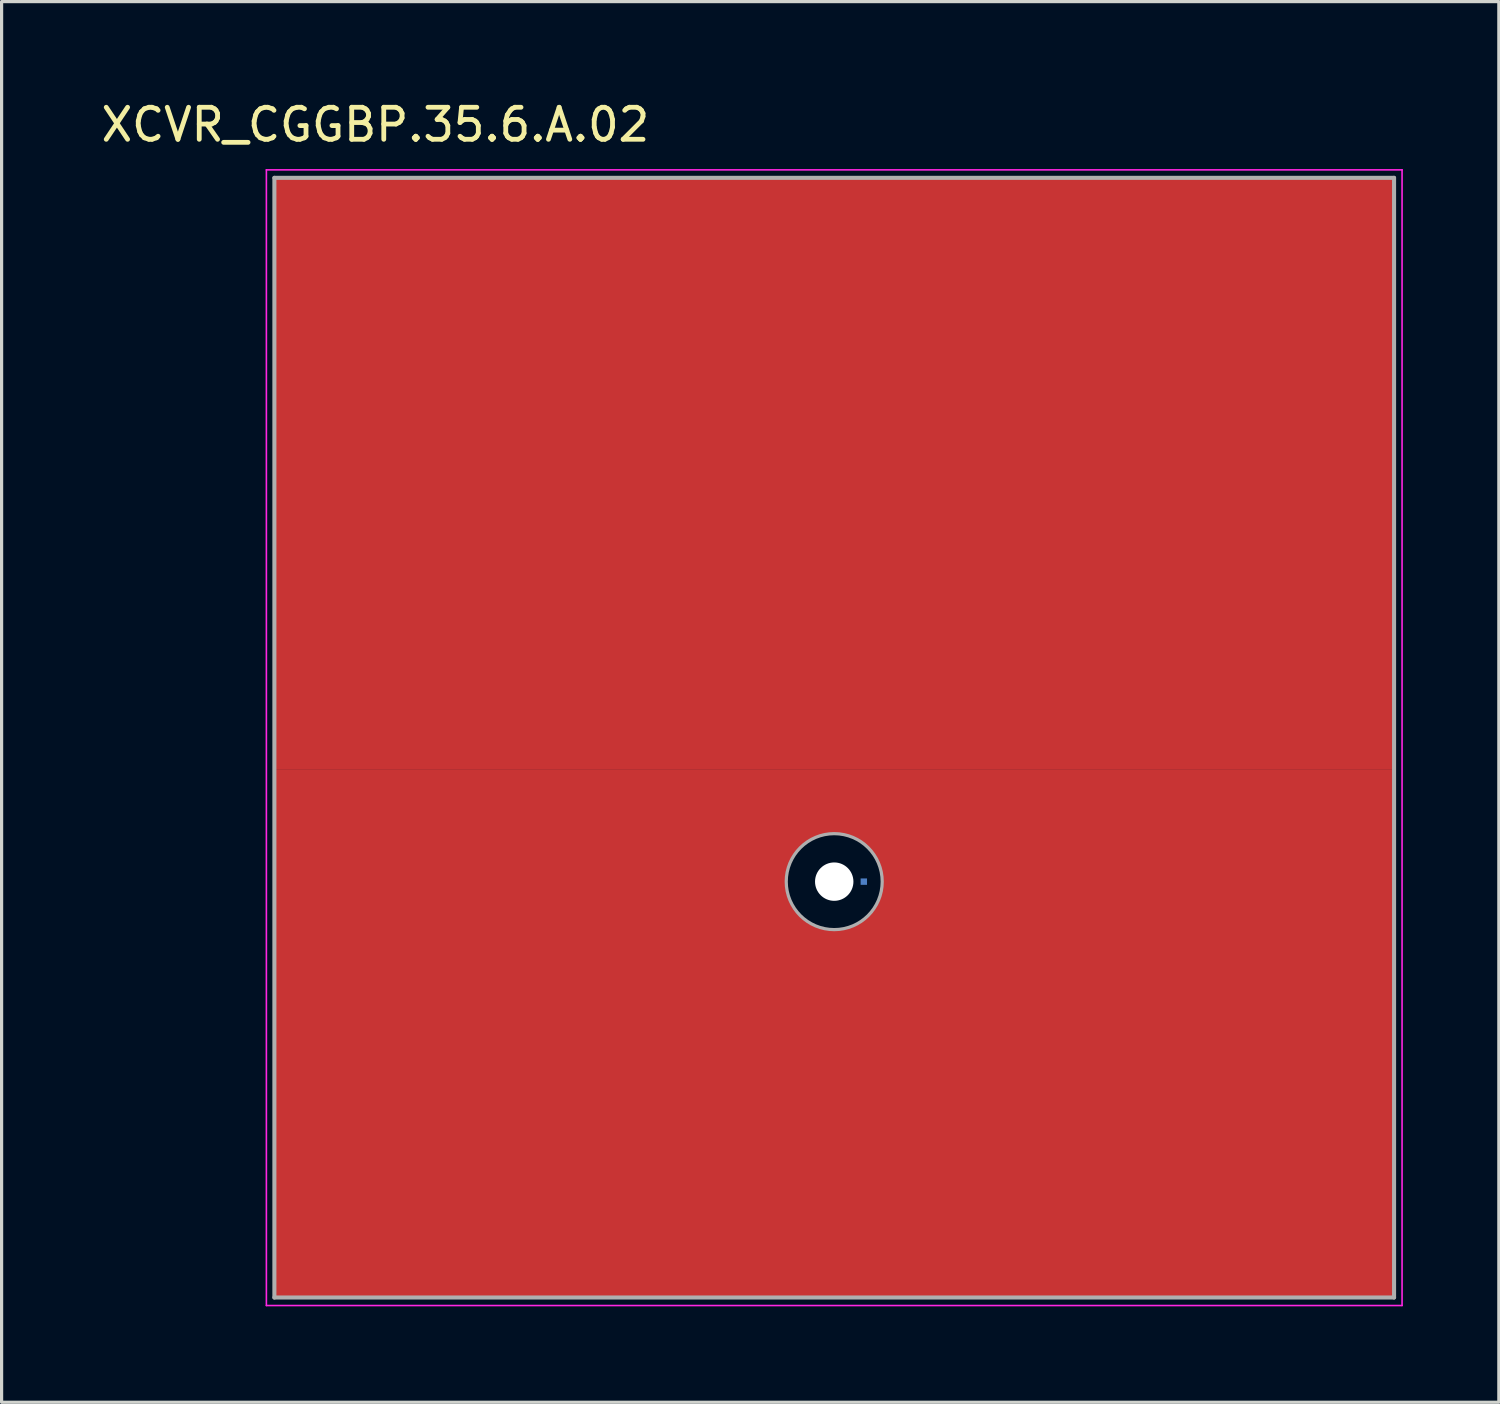
<source format=kicad_pcb>
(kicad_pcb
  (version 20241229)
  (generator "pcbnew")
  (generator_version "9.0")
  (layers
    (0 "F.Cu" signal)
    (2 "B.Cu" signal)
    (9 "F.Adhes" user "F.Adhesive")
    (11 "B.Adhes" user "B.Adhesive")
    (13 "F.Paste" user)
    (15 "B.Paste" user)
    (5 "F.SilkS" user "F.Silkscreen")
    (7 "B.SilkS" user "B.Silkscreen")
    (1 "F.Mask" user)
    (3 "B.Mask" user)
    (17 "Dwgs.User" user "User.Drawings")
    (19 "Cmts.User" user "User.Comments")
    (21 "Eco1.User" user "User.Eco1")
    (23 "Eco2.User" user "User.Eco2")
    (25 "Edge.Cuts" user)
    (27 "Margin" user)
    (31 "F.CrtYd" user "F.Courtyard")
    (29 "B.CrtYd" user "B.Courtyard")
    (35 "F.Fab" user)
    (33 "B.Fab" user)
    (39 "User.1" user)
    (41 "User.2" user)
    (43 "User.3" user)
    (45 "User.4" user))
  (footprint "XCVR_CGGBP.35.6.A.02"
    (layer "F.Cu")
    (at 23.027 20.009)
    (property "Reference" "XCVR_CGGBP.35.6.A.02" (at -14.343 -19.16 0) (layer "F.SilkS") (effects (font (size 1.001 1.001) (thickness 0.15))))
    (attr smd)
    (fp_circle (center 0 4.5) (end 2.375 4.5) (stroke (width 1.75) (type solid)) (fill no) (layer "F.Cu"))
    (fp_poly (pts (xy -17.529 6.5) (xy 17.5 6.5) (xy 17.5 17.529) (xy -17.529 17.529)) (stroke (width 0.01) (type solid)) (fill yes) (layer "F.Cu"))
    (fp_poly (pts (xy -17.524 -17.5) (xy 17.5 -17.5) (xy 17.5 1.001) (xy -17.524 1.001)) (stroke (width 0.01) (type solid)) (fill yes) (layer "F.Cu"))
    (fp_poly (pts (xy -17.502 1.5) (xy -2.5 1.5) (xy -2.5 8.501) (xy -17.502 8.501)) (stroke (width 0.01) (type solid)) (fill yes) (layer "F.Cu"))
    (fp_poly (pts (xy -17.5 1) (xy 17.5 1) (xy 17.5 2.5) (xy -17.5 2.5)) (stroke (width 0.01) (type solid)) (fill yes) (layer "F.Cu"))
    (fp_poly (pts (xy 2.503 1.5) (xy 17.5 1.5) (xy 17.5 8.011) (xy 2.503 8.011)) (stroke (width 0.01) (type solid)) (fill yes) (layer "F.Cu"))
    (fp_circle (center 0 4.5) (end 0.925 4.5) (stroke (width 0.65) (type solid)) (fill no) (layer "F.Mask"))
    (fp_circle (center 0 4.5) (end 2.5 4.5) (stroke (width 1.5) (type solid)) (fill no) (layer "F.Mask"))
    (fp_circle (center 0 4.5) (end 0.925 4.5) (stroke (width 0.65) (type solid)) (fill no) (layer "F.Paste"))
    (fp_circle (center 0 4.5) (end 2.5 4.5) (stroke (width 1.5) (type solid)) (fill no) (layer "F.Paste"))
    (fp_circle (center 0 4.5) (end 0.925 4.5) (stroke (width 0.65) (type solid)) (fill yes) (layer "B.Paste"))
    (fp_line (start -17.75 -17.75) (end 17.75 -17.75) (stroke (width 0.05) (type solid)) (layer "F.CrtYd"))
    (fp_line (start -17.75 17.75) (end -17.75 -17.75) (stroke (width 0.05) (type solid)) (layer "F.CrtYd"))
    (fp_line (start 17.75 -17.75) (end 17.75 17.75) (stroke (width 0.05) (type solid)) (layer "F.CrtYd"))
    (fp_line (start 17.75 17.75) (end -17.75 17.75) (stroke (width 0.05) (type solid)) (layer "F.CrtYd"))
    (fp_line (start -17.5 -17.5) (end 17.5 -17.5) (stroke (width 0.127) (type solid)) (layer "F.Fab"))
    (fp_line (start -17.5 17.5) (end -17.5 -17.5) (stroke (width 0.127) (type solid)) (layer "F.Fab"))
    (fp_line (start 17.5 -17.5) (end 17.5 17.5) (stroke (width 0.127) (type solid)) (layer "F.Fab"))
    (fp_line (start 17.5 17.5) (end -17.5 17.5) (stroke (width 0.127) (type solid)) (layer "F.Fab"))
    (fp_circle (center 0 4.5) (end 1.5 4.5) (stroke (width 0.1) (type solid)) (fill no) (layer "F.Fab"))
    (pad "" np_thru_hole circle (at 0 4.5) (size 1.2 1.2) (drill 1.2) (layers "*.Cu" "*.Mask"))
    (pad "1" smd rect (at 0.925 4.5) (size 0.2 0.2) (layers "B.Cu" "B.Mask" "B.Paste")))
  (gr_rect
    (start -3 -3)
    (end 43.802 40.784)
    (stroke (width 0.1) (type default))
    (fill no)
    (layer "Edge.Cuts")))
</source>
